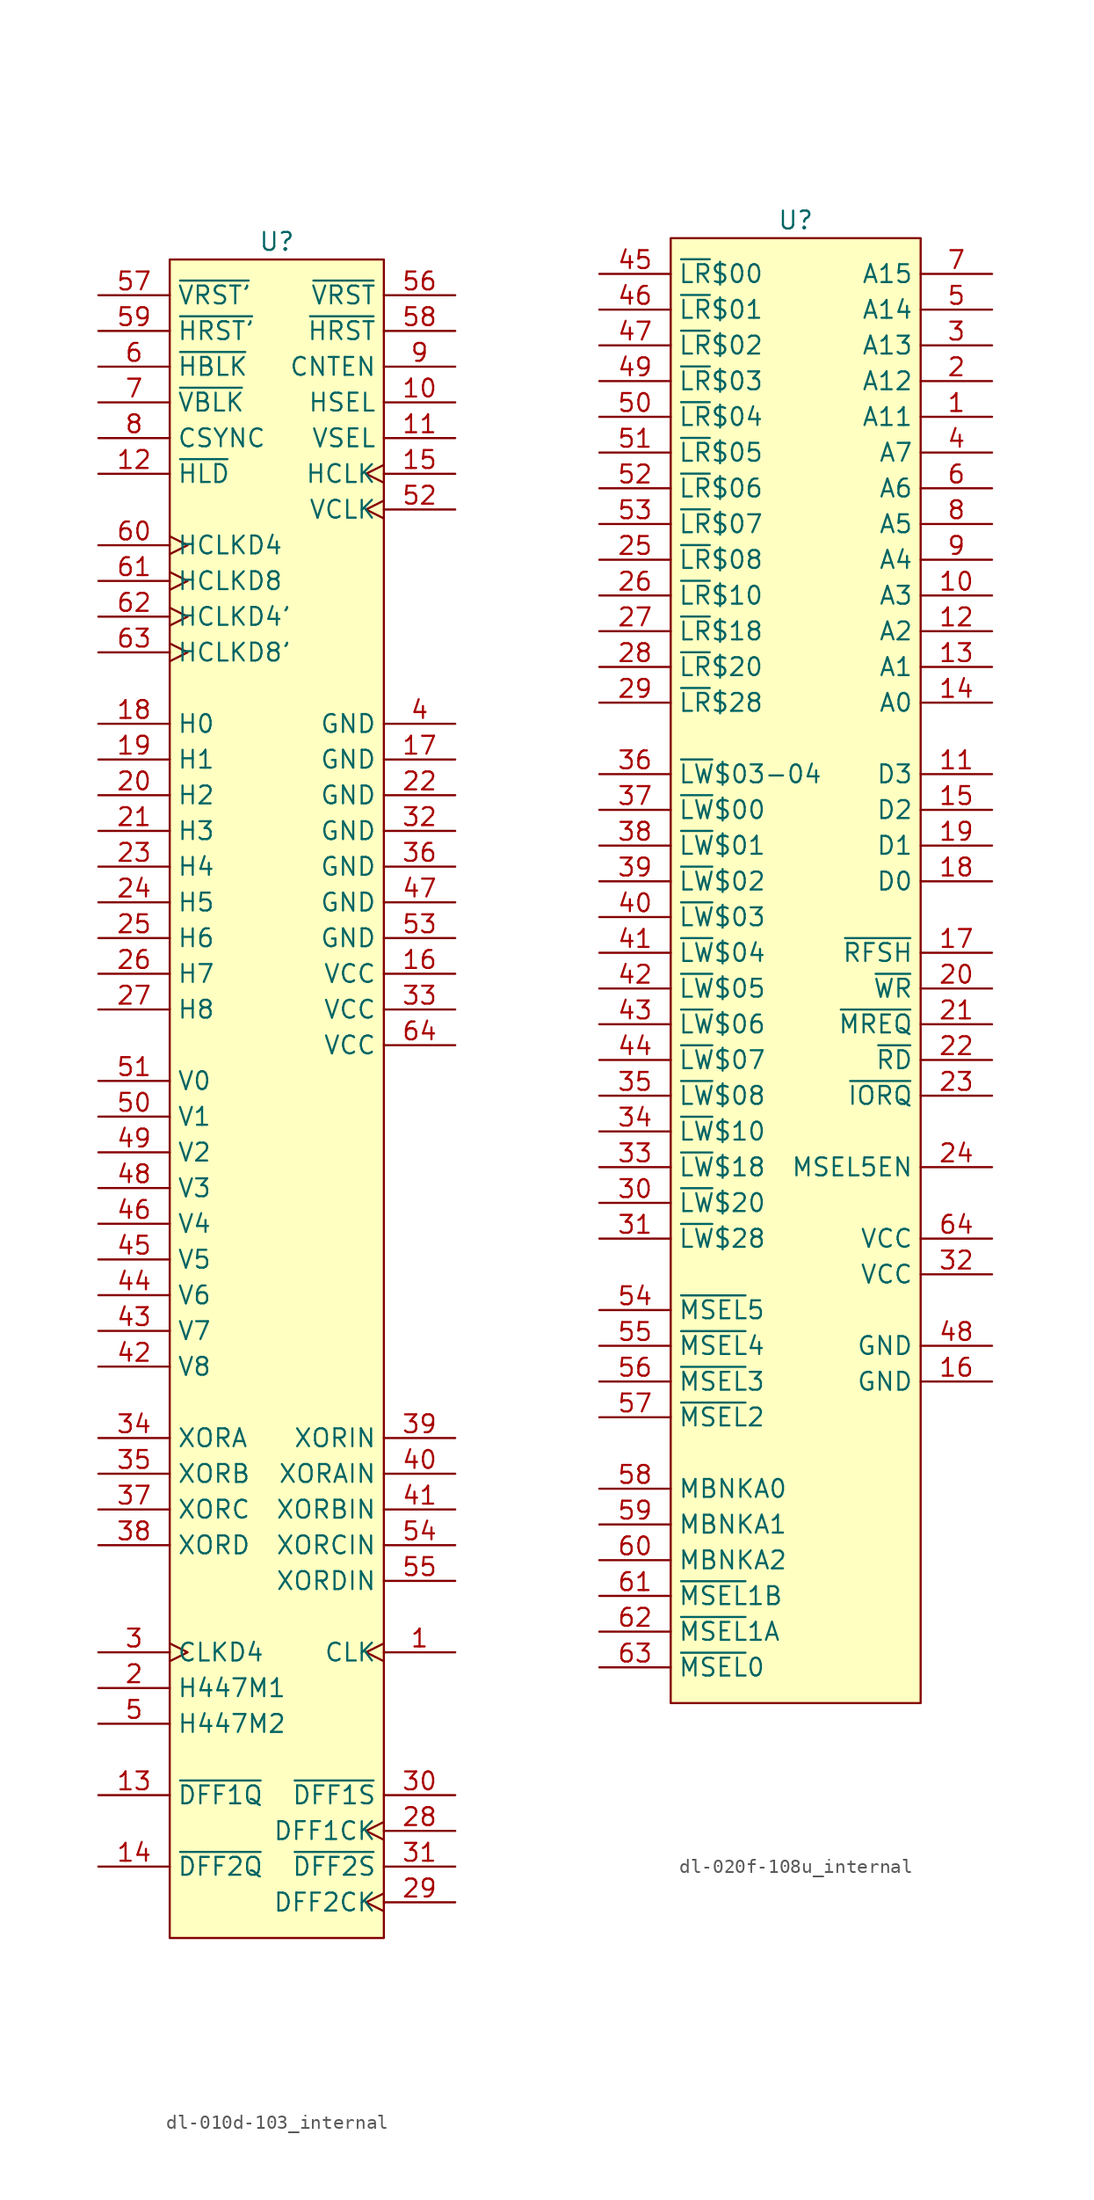
<source format=kicad_sym>
(kicad_symbol_lib
  (version 20231120)
  (generator "kicad_symbol_editor")
  (generator_version "8.0")
  (symbol "dl-010d-103_internal"
    (property "Reference" "U"
      (at 12.7 60.96 0)
      (effects (font (size 1.27 1.27))))
    (property "Value" ""
      (at 25.4 57.15 0)
      (effects (font (size 1.27 1.27))))
    (symbol "dl-010d-103_internal_0_0"
      (pin output line (at 25.4 49.53 180) (length 5.08) (name "HSEL" (effects (font (size 1.27 1.27)))) (number "10" (effects (font (size 1.27 1.27)))))
      (pin output line (at 25.4 46.99 180) (length 5.08) (name "VSEL" (effects (font (size 1.27 1.27)))) (number "11" (effects (font (size 1.27 1.27)))))
      (pin power_in line (at 25.4 8.89 180) (length 5.08) (name "VCC" (effects (font (size 1.27 1.27)))) (number "16" (effects (font (size 1.27 1.27)))))
      (pin power_in line (at 25.4 24.13 180) (length 5.08) (name "GND" (effects (font (size 1.27 1.27)))) (number "17" (effects (font (size 1.27 1.27)))))
      (pin input line (at 0 26.67 0) (length 5.08) (name "H0" (effects (font (size 1.27 1.27)))) (number "18" (effects (font (size 1.27 1.27)))))
      (pin input line (at 0 24.13 0) (length 5.08) (name "H1" (effects (font (size 1.27 1.27)))) (number "19" (effects (font (size 1.27 1.27)))))
      (pin input line (at 0 -41.91 0) (length 5.08) (name "H447M1" (effects (font (size 1.27 1.27)))) (number "2" (effects (font (size 1.27 1.27)))))
      (pin input line (at 0 21.59 0) (length 5.08) (name "H2" (effects (font (size 1.27 1.27)))) (number "20" (effects (font (size 1.27 1.27)))))
      (pin input line (at 0 19.05 0) (length 5.08) (name "H3" (effects (font (size 1.27 1.27)))) (number "21" (effects (font (size 1.27 1.27)))))
      (pin power_in line (at 25.4 21.59 180) (length 5.08) (name "GND" (effects (font (size 1.27 1.27)))) (number "22" (effects (font (size 1.27 1.27)))))
      (pin input line (at 0 16.51 0) (length 5.08) (name "H4" (effects (font (size 1.27 1.27)))) (number "23" (effects (font (size 1.27 1.27)))))
      (pin input line (at 0 13.97 0) (length 5.08) (name "H5" (effects (font (size 1.27 1.27)))) (number "24" (effects (font (size 1.27 1.27)))))
      (pin input line (at 0 11.43 0) (length 5.08) (name "H6" (effects (font (size 1.27 1.27)))) (number "25" (effects (font (size 1.27 1.27)))))
      (pin input line (at 0 8.89 0) (length 5.08) (name "H7" (effects (font (size 1.27 1.27)))) (number "26" (effects (font (size 1.27 1.27)))))
      (pin input line (at 0 6.35 0) (length 5.08) (name "H8" (effects (font (size 1.27 1.27)))) (number "27" (effects (font (size 1.27 1.27)))))
      (pin power_in line (at 25.4 19.05 180) (length 5.08) (name "GND" (effects (font (size 1.27 1.27)))) (number "32" (effects (font (size 1.27 1.27)))))
      (pin power_in line (at 25.4 6.35 180) (length 5.08) (name "VCC" (effects (font (size 1.27 1.27)))) (number "33" (effects (font (size 1.27 1.27)))))
      (pin input line (at 0 -24.13 0) (length 5.08) (name "XORA" (effects (font (size 1.27 1.27)))) (number "34" (effects (font (size 1.27 1.27)))))
      (pin input line (at 0 -26.67 0) (length 5.08) (name "XORB" (effects (font (size 1.27 1.27)))) (number "35" (effects (font (size 1.27 1.27)))))
      (pin power_in line (at 25.4 16.51 180) (length 5.08) (name "GND" (effects (font (size 1.27 1.27)))) (number "36" (effects (font (size 1.27 1.27)))))
      (pin input line (at 0 -29.21 0) (length 5.08) (name "XORC" (effects (font (size 1.27 1.27)))) (number "37" (effects (font (size 1.27 1.27)))))
      (pin input line (at 0 -31.75 0) (length 5.08) (name "XORD" (effects (font (size 1.27 1.27)))) (number "38" (effects (font (size 1.27 1.27)))))
      (pin output line (at 25.4 -24.13 180) (length 5.08) (name "XORIN" (effects (font (size 1.27 1.27)))) (number "39" (effects (font (size 1.27 1.27)))))
      (pin power_in line (at 25.4 26.67 180) (length 5.08) (name "GND" (effects (font (size 1.27 1.27)))) (number "4" (effects (font (size 1.27 1.27)))))
      (pin output line (at 25.4 -26.67 180) (length 5.08) (name "XORAIN" (effects (font (size 1.27 1.27)))) (number "40" (effects (font (size 1.27 1.27)))))
      (pin output line (at 25.4 -29.21 180) (length 5.08) (name "XORBIN" (effects (font (size 1.27 1.27)))) (number "41" (effects (font (size 1.27 1.27)))))
      (pin input line (at 0 -19.05 0) (length 5.08) (name "V8" (effects (font (size 1.27 1.27)))) (number "42" (effects (font (size 1.27 1.27)))))
      (pin input line (at 0 -16.51 0) (length 5.08) (name "V7" (effects (font (size 1.27 1.27)))) (number "43" (effects (font (size 1.27 1.27)))))
      (pin input line (at 0 -13.97 0) (length 5.08) (name "V6" (effects (font (size 1.27 1.27)))) (number "44" (effects (font (size 1.27 1.27)))))
      (pin input line (at 0 -11.43 0) (length 5.08) (name "V5" (effects (font (size 1.27 1.27)))) (number "45" (effects (font (size 1.27 1.27)))))
      (pin input line (at 0 -8.89 0) (length 5.08) (name "V4" (effects (font (size 1.27 1.27)))) (number "46" (effects (font (size 1.27 1.27)))))
      (pin power_in line (at 25.4 13.97 180) (length 5.08) (name "GND" (effects (font (size 1.27 1.27)))) (number "47" (effects (font (size 1.27 1.27)))))
      (pin input line (at 0 -6.35 0) (length 5.08) (name "V3" (effects (font (size 1.27 1.27)))) (number "48" (effects (font (size 1.27 1.27)))))
      (pin input line (at 0 -3.81 0) (length 5.08) (name "V2" (effects (font (size 1.27 1.27)))) (number "49" (effects (font (size 1.27 1.27)))))
      (pin input line (at 0 -44.45 0) (length 5.08) (name "H447M2" (effects (font (size 1.27 1.27)))) (number "5" (effects (font (size 1.27 1.27)))))
      (pin input line (at 0 -1.27 0) (length 5.08) (name "V1" (effects (font (size 1.27 1.27)))) (number "50" (effects (font (size 1.27 1.27)))))
      (pin input line (at 0 1.27 0) (length 5.08) (name "V0" (effects (font (size 1.27 1.27)))) (number "51" (effects (font (size 1.27 1.27)))))
      (pin power_in line (at 25.4 11.43 180) (length 5.08) (name "GND" (effects (font (size 1.27 1.27)))) (number "53" (effects (font (size 1.27 1.27)))))
      (pin output line (at 25.4 -31.75 180) (length 5.08) (name "XORCIN" (effects (font (size 1.27 1.27)))) (number "54" (effects (font (size 1.27 1.27)))))
      (pin output line (at 25.4 -34.29 180) (length 5.08) (name "XORDIN" (effects (font (size 1.27 1.27)))) (number "55" (effects (font (size 1.27 1.27)))))
      (pin power_in line (at 25.4 3.81 180) (length 5.08) (name "VCC" (effects (font (size 1.27 1.27)))) (number "64" (effects (font (size 1.27 1.27)))))
      (pin input line (at 0 46.99 0) (length 5.08) (name "CSYNC" (effects (font (size 1.27 1.27)))) (number "8" (effects (font (size 1.27 1.27)))))
      (pin output line (at 25.4 52.07 180) (length 5.08) (name "CNTEN" (effects (font (size 1.27 1.27)))) (number "9" (effects (font (size 1.27 1.27))))))
    (symbol "dl-010d-103_internal_1_0"
      (pin output clock (at 25.4 -39.37 180) (length 5.08) (name "CLK" (effects (font (size 1.27 1.27)))) (number "1" (effects (font (size 1.27 1.27)))))
      (pin input line (at 0 44.45 0) (length 5.08) (name "~{HLD}" (effects (font (size 1.27 1.27)))) (number "12" (effects (font (size 1.27 1.27)))))
      (pin input line (at 0 -49.53 0) (length 5.08) (name "~{DFF1Q}" (effects (font (size 1.27 1.27)))) (number "13" (effects (font (size 1.27 1.27)))))
      (pin input line (at 0 -54.61 0) (length 5.08) (name "~{DFF2Q}" (effects (font (size 1.27 1.27)))) (number "14" (effects (font (size 1.27 1.27)))))
      (pin output clock (at 25.4 44.45 180) (length 5.08) (name "HCLK" (effects (font (size 1.27 1.27)))) (number "15" (effects (font (size 1.27 1.27)))))
      (pin output clock (at 25.4 -52.07 180) (length 5.08) (name "DFF1CK" (effects (font (size 1.27 1.27)))) (number "28" (effects (font (size 1.27 1.27)))))
      (pin output clock (at 25.4 -57.15 180) (length 5.08) (name "DFF2CK" (effects (font (size 1.27 1.27)))) (number "29" (effects (font (size 1.27 1.27)))))
      (pin input clock (at 0 -39.37 0) (length 5.08) (name "CLKD4" (effects (font (size 1.27 1.27)))) (number "3" (effects (font (size 1.27 1.27)))))
      (pin output line (at 25.4 -49.53 180) (length 5.08) (name "~{DFF1S}" (effects (font (size 1.27 1.27)))) (number "30" (effects (font (size 1.27 1.27)))))
      (pin output line (at 25.4 -54.61 180) (length 5.08) (name "~{DFF2S}" (effects (font (size 1.27 1.27)))) (number "31" (effects (font (size 1.27 1.27)))))
      (pin output clock (at 25.4 41.91 180) (length 5.08) (name "VCLK" (effects (font (size 1.27 1.27)))) (number "52" (effects (font (size 1.27 1.27)))))
      (pin output line (at 25.4 57.15 180) (length 5.08) (name "~{VRST}" (effects (font (size 1.27 1.27)))) (number "56" (effects (font (size 1.27 1.27)))))
      (pin input line (at 0 57.15 0) (length 5.08) (name "~{VRST’}" (effects (font (size 1.27 1.27)))) (number "57" (effects (font (size 1.27 1.27)))))
      (pin output line (at 25.4 54.61 180) (length 5.08) (name "~{HRST}" (effects (font (size 1.27 1.27)))) (number "58" (effects (font (size 1.27 1.27)))))
      (pin input line (at 0 54.61 0) (length 5.08) (name "~{HRST’}" (effects (font (size 1.27 1.27)))) (number "59" (effects (font (size 1.27 1.27)))))
      (pin input line (at 0 52.07 0) (length 5.08) (name "~{HBLK}" (effects (font (size 1.27 1.27)))) (number "6" (effects (font (size 1.27 1.27)))))
      (pin input clock (at 0 39.37 0) (length 5.08) (name "HCLKD4" (effects (font (size 1.27 1.27)))) (number "60" (effects (font (size 1.27 1.27)))))
      (pin input clock (at 0 36.83 0) (length 5.08) (name "HCLKD8" (effects (font (size 1.27 1.27)))) (number "61" (effects (font (size 1.27 1.27)))))
      (pin input clock (at 0 34.29 0) (length 5.08) (name "HCLKD4’" (effects (font (size 1.27 1.27)))) (number "62" (effects (font (size 1.27 1.27)))))
      (pin input clock (at 0 31.75 0) (length 5.08) (name "HCLKD8’" (effects (font (size 1.27 1.27)))) (number "63" (effects (font (size 1.27 1.27)))))
      (pin input line (at 0 49.53 0) (length 5.08) (name "~{VBLK}" (effects (font (size 1.27 1.27)))) (number "7" (effects (font (size 1.27 1.27))))))
    (symbol "dl-010d-103_internal_1_1"
      (rectangle (start 5.08 59.69) (end 20.32 -59.69) (stroke (width 0) (type default)) (fill (type background)))))
  (symbol "dl-020f-108u_internal"
    (property "Reference" "U"
      (at 13.97 3.81 0)
      (effects (font (size 1.27 1.27))))
    (property "Value" ""
      (at 12.7 -6.35 0)
      (effects (font (size 1.27 1.27))))
    (symbol "dl-020f-108u_internal_0_0"
      (pin output line (at 27.94 -10.16 180) (length 5.08) (name "A11" (effects (font (size 1.27 1.27)))) (number "1" (effects (font (size 1.27 1.27)))))
      (pin output line (at 27.94 -22.86 180) (length 5.08) (name "A3" (effects (font (size 1.27 1.27)))) (number "10" (effects (font (size 1.27 1.27)))))
      (pin output line (at 27.94 -35.56 180) (length 5.08) (name "D3" (effects (font (size 1.27 1.27)))) (number "11" (effects (font (size 1.27 1.27)))))
      (pin output line (at 27.94 -25.4 180) (length 5.08) (name "A2" (effects (font (size 1.27 1.27)))) (number "12" (effects (font (size 1.27 1.27)))))
      (pin output line (at 27.94 -27.94 180) (length 5.08) (name "A1" (effects (font (size 1.27 1.27)))) (number "13" (effects (font (size 1.27 1.27)))))
      (pin output line (at 27.94 -30.48 180) (length 5.08) (name "A0" (effects (font (size 1.27 1.27)))) (number "14" (effects (font (size 1.27 1.27)))))
      (pin output line (at 27.94 -38.1 180) (length 5.08) (name "D2" (effects (font (size 1.27 1.27)))) (number "15" (effects (font (size 1.27 1.27)))))
      (pin power_in line (at 27.94 -78.74 180) (length 5.08) (name "GND" (effects (font (size 1.27 1.27)))) (number "16" (effects (font (size 1.27 1.27)))))
      (pin output line (at 27.94 -48.26 180) (length 5.08) (name "~{RFSH}" (effects (font (size 1.27 1.27)))) (number "17" (effects (font (size 1.27 1.27)))))
      (pin output line (at 27.94 -43.18 180) (length 5.08) (name "D0" (effects (font (size 1.27 1.27)))) (number "18" (effects (font (size 1.27 1.27)))))
      (pin output line (at 27.94 -40.64 180) (length 5.08) (name "D1" (effects (font (size 1.27 1.27)))) (number "19" (effects (font (size 1.27 1.27)))))
      (pin output line (at 27.94 -7.62 180) (length 5.08) (name "A12" (effects (font (size 1.27 1.27)))) (number "2" (effects (font (size 1.27 1.27)))))
      (pin output line (at 27.94 -50.8 180) (length 5.08) (name "~{WR}" (effects (font (size 1.27 1.27)))) (number "20" (effects (font (size 1.27 1.27)))))
      (pin output line (at 27.94 -53.34 180) (length 5.08) (name "~{MREQ}" (effects (font (size 1.27 1.27)))) (number "21" (effects (font (size 1.27 1.27)))))
      (pin output line (at 27.94 -55.88 180) (length 5.08) (name "~{RD}" (effects (font (size 1.27 1.27)))) (number "22" (effects (font (size 1.27 1.27)))))
      (pin output line (at 27.94 -58.42 180) (length 5.08) (name "~{IORQ}" (effects (font (size 1.27 1.27)))) (number "23" (effects (font (size 1.27 1.27)))))
      (pin input line (at 0 -20.32 0) (length 5.08) (name "~{LR}$08" (effects (font (size 1.27 1.27)))) (number "25" (effects (font (size 1.27 1.27)))))
      (pin input line (at 0 -22.86 0) (length 5.08) (name "~{LR}$10" (effects (font (size 1.27 1.27)))) (number "26" (effects (font (size 1.27 1.27)))))
      (pin input line (at 0 -25.4 0) (length 5.08) (name "~{LR}$18" (effects (font (size 1.27 1.27)))) (number "27" (effects (font (size 1.27 1.27)))))
      (pin input line (at 0 -27.94 0) (length 5.08) (name "~{LR}$20" (effects (font (size 1.27 1.27)))) (number "28" (effects (font (size 1.27 1.27)))))
      (pin input line (at 0 -30.48 0) (length 5.08) (name "~{LR}$28" (effects (font (size 1.27 1.27)))) (number "29" (effects (font (size 1.27 1.27)))))
      (pin output line (at 27.94 -5.08 180) (length 5.08) (name "A13" (effects (font (size 1.27 1.27)))) (number "3" (effects (font (size 1.27 1.27)))))
      (pin input line (at 0 -66.04 0) (length 5.08) (name "~{LW}$20" (effects (font (size 1.27 1.27)))) (number "30" (effects (font (size 1.27 1.27)))))
      (pin input line (at 0 -68.58 0) (length 5.08) (name "~{LW}$28" (effects (font (size 1.27 1.27)))) (number "31" (effects (font (size 1.27 1.27)))))
      (pin power_in line (at 27.94 -71.12 180) (length 5.08) (name "VCC" (effects (font (size 1.27 1.27)))) (number "32" (effects (font (size 1.27 1.27)))))
      (pin input line (at 0 -63.5 0) (length 5.08) (name "~{LW}$18" (effects (font (size 1.27 1.27)))) (number "33" (effects (font (size 1.27 1.27)))))
      (pin input line (at 0 -60.96 0) (length 5.08) (name "~{LW}$10" (effects (font (size 1.27 1.27)))) (number "34" (effects (font (size 1.27 1.27)))))
      (pin input line (at 0 -58.42 0) (length 5.08) (name "~{LW}$08" (effects (font (size 1.27 1.27)))) (number "35" (effects (font (size 1.27 1.27)))))
      (pin input line (at 0 -35.56 0) (length 5.08) (name "~{LW}$03-04" (effects (font (size 1.27 1.27)))) (number "36" (effects (font (size 1.27 1.27)))))
      (pin input line (at 0 -38.1 0) (length 5.08) (name "~{LW}$00" (effects (font (size 1.27 1.27)))) (number "37" (effects (font (size 1.27 1.27)))))
      (pin input line (at 0 -40.64 0) (length 5.08) (name "~{LW}$01" (effects (font (size 1.27 1.27)))) (number "38" (effects (font (size 1.27 1.27)))))
      (pin input line (at 0 -43.18 0) (length 5.08) (name "~{LW}$02" (effects (font (size 1.27 1.27)))) (number "39" (effects (font (size 1.27 1.27)))))
      (pin output line (at 27.94 -12.7 180) (length 5.08) (name "A7" (effects (font (size 1.27 1.27)))) (number "4" (effects (font (size 1.27 1.27)))))
      (pin input line (at 0 -45.72 0) (length 5.08) (name "~{LW}$03" (effects (font (size 1.27 1.27)))) (number "40" (effects (font (size 1.27 1.27)))))
      (pin input line (at 0 -48.26 0) (length 5.08) (name "~{LW}$04" (effects (font (size 1.27 1.27)))) (number "41" (effects (font (size 1.27 1.27)))))
      (pin input line (at 0 -50.8 0) (length 5.08) (name "~{LW}$05" (effects (font (size 1.27 1.27)))) (number "42" (effects (font (size 1.27 1.27)))))
      (pin input line (at 0 -53.34 0) (length 5.08) (name "~{LW}$06" (effects (font (size 1.27 1.27)))) (number "43" (effects (font (size 1.27 1.27)))))
      (pin input line (at 0 -55.88 0) (length 5.08) (name "~{LW}$07" (effects (font (size 1.27 1.27)))) (number "44" (effects (font (size 1.27 1.27)))))
      (pin input line (at 0 0 0) (length 5.08) (name "~{LR}$00" (effects (font (size 1.27 1.27)))) (number "45" (effects (font (size 1.27 1.27)))))
      (pin input line (at 0 -2.54 0) (length 5.08) (name "~{LR}$01" (effects (font (size 1.27 1.27)))) (number "46" (effects (font (size 1.27 1.27)))))
      (pin input line (at 0 -5.08 0) (length 5.08) (name "~{LR}$02" (effects (font (size 1.27 1.27)))) (number "47" (effects (font (size 1.27 1.27)))))
      (pin power_in line (at 27.94 -76.2 180) (length 5.08) (name "GND" (effects (font (size 1.27 1.27)))) (number "48" (effects (font (size 1.27 1.27)))))
      (pin input line (at 0 -7.62 0) (length 5.08) (name "~{LR}$03" (effects (font (size 1.27 1.27)))) (number "49" (effects (font (size 1.27 1.27)))))
      (pin output line (at 27.94 -2.54 180) (length 5.08) (name "A14" (effects (font (size 1.27 1.27)))) (number "5" (effects (font (size 1.27 1.27)))))
      (pin input line (at 0 -10.16 0) (length 5.08) (name "~{LR}$04" (effects (font (size 1.27 1.27)))) (number "50" (effects (font (size 1.27 1.27)))))
      (pin input line (at 0 -12.7 0) (length 5.08) (name "~{LR}$05" (effects (font (size 1.27 1.27)))) (number "51" (effects (font (size 1.27 1.27)))))
      (pin input line (at 0 -15.24 0) (length 5.08) (name "~{LR}$06" (effects (font (size 1.27 1.27)))) (number "52" (effects (font (size 1.27 1.27)))))
      (pin input line (at 0 -17.78 0) (length 5.08) (name "~{LR}$07" (effects (font (size 1.27 1.27)))) (number "53" (effects (font (size 1.27 1.27)))))
      (pin input line (at 0 -73.66 0) (length 5.08) (name "~{MSEL}5" (effects (font (size 1.27 1.27)))) (number "54" (effects (font (size 1.27 1.27)))))
      (pin input line (at 0 -76.2 0) (length 5.08) (name "~{MSEL}4" (effects (font (size 1.27 1.27)))) (number "55" (effects (font (size 1.27 1.27)))))
      (pin input line (at 0 -78.74 0) (length 5.08) (name "~{MSEL}3" (effects (font (size 1.27 1.27)))) (number "56" (effects (font (size 1.27 1.27)))))
      (pin input line (at 0 -81.28 0) (length 5.08) (name "~{MSEL}2" (effects (font (size 1.27 1.27)))) (number "57" (effects (font (size 1.27 1.27)))))
      (pin input line (at 0 -86.36 0) (length 5.08) (name "MBNKA0" (effects (font (size 1.27 1.27)))) (number "58" (effects (font (size 1.27 1.27)))))
      (pin input line (at 0 -88.9 0) (length 5.08) (name "MBNKA1" (effects (font (size 1.27 1.27)))) (number "59" (effects (font (size 1.27 1.27)))))
      (pin output line (at 27.94 -15.24 180) (length 5.08) (name "A6" (effects (font (size 1.27 1.27)))) (number "6" (effects (font (size 1.27 1.27)))))
      (pin input line (at 0 -91.44 0) (length 5.08) (name "MBNKA2" (effects (font (size 1.27 1.27)))) (number "60" (effects (font (size 1.27 1.27)))))
      (pin input line (at 0 -93.98 0) (length 5.08) (name "~{MSEL}1B" (effects (font (size 1.27 1.27)))) (number "61" (effects (font (size 1.27 1.27)))))
      (pin input line (at 0 -96.52 0) (length 5.08) (name "~{MSEL}1A" (effects (font (size 1.27 1.27)))) (number "62" (effects (font (size 1.27 1.27)))))
      (pin input line (at 0 -99.06 0) (length 5.08) (name "~{MSEL}0" (effects (font (size 1.27 1.27)))) (number "63" (effects (font (size 1.27 1.27)))))
      (pin power_in line (at 27.94 -68.58 180) (length 5.08) (name "VCC" (effects (font (size 1.27 1.27)))) (number "64" (effects (font (size 1.27 1.27)))))
      (pin output line (at 27.94 0 180) (length 5.08) (name "A15" (effects (font (size 1.27 1.27)))) (number "7" (effects (font (size 1.27 1.27)))))
      (pin output line (at 27.94 -17.78 180) (length 5.08) (name "A5" (effects (font (size 1.27 1.27)))) (number "8" (effects (font (size 1.27 1.27)))))
      (pin output line (at 27.94 -20.32 180) (length 5.08) (name "A4" (effects (font (size 1.27 1.27)))) (number "9" (effects (font (size 1.27 1.27))))))
    (symbol "dl-020f-108u_internal_1_0"
      (pin output line (at 27.94 -63.5 180) (length 5.08) (name "MSEL5EN" (effects (font (size 1.27 1.27)))) (number "24" (effects (font (size 1.27 1.27))))))
    (symbol "dl-020f-108u_internal_1_1"
      (rectangle (start 22.86 2.54) (end 5.08 -101.6) (stroke (width 0) (type default)) (fill (type background))))))
</source>
